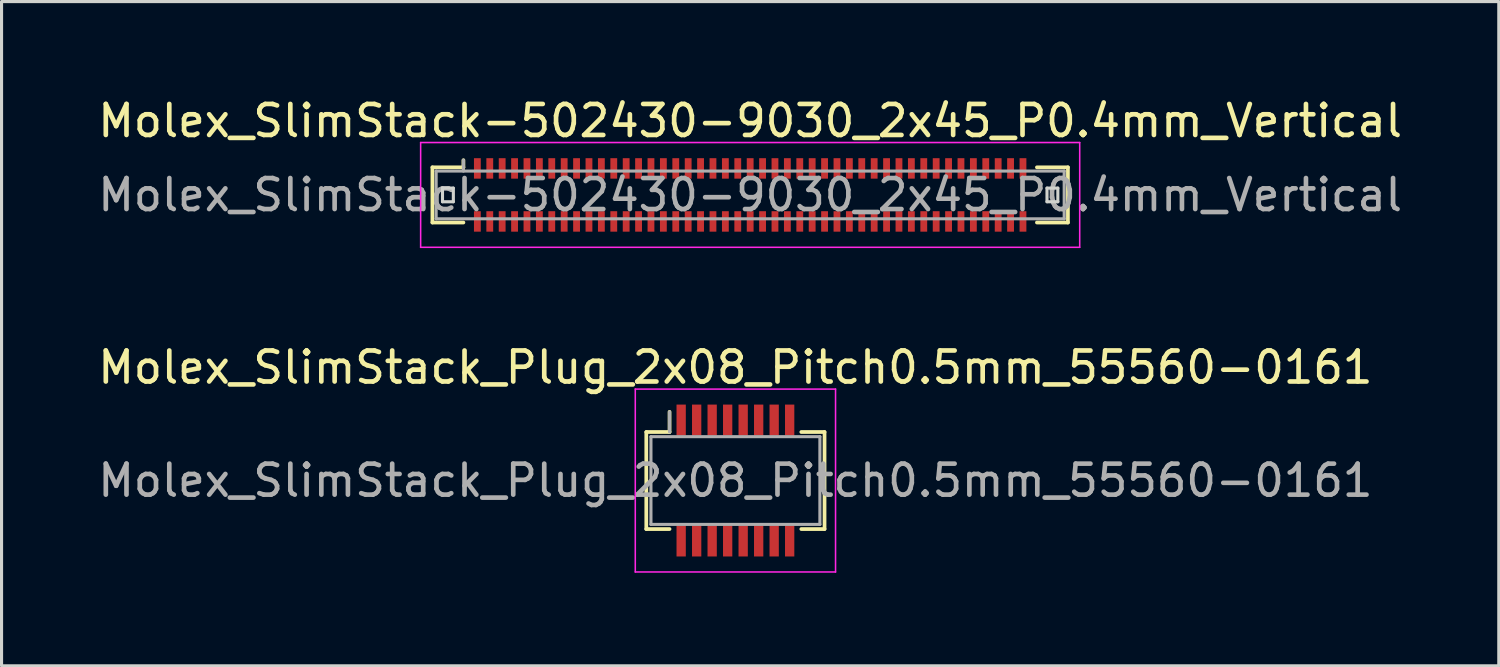
<source format=kicad_pcb>
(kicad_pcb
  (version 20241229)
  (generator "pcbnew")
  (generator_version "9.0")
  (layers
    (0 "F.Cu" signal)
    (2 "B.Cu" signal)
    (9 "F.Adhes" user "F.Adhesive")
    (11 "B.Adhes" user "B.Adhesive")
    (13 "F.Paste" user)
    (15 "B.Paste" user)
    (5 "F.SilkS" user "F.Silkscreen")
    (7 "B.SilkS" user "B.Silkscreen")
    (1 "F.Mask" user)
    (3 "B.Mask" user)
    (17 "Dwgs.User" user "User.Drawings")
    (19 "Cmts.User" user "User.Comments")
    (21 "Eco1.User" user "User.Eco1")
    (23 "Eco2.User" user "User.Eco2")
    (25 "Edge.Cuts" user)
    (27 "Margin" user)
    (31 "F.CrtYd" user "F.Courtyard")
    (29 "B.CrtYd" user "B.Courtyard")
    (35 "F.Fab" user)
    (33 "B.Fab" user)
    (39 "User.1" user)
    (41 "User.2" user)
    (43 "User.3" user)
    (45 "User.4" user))
  (footprint "Molex_SlimStack-502430-9030_2x45_P0.4mm_Vertical"
    (layer "F.Cu")
    (at 21.149 3.238)
    (property "Reference" "Molex_SlimStack-502430-9030_2x45_P0.4mm_Vertical" (at 0 -2.39 0) (layer "F.SilkS") (effects (font (size 1 1) (thickness 0.15))))
    (attr smd)
    (fp_line (start -10.25 -0.89) (end -9.25 -0.89) (stroke (width 0.12) (type solid)) (layer "F.SilkS"))
    (fp_line (start -10.25 0.89) (end -10.25 -0.89) (stroke (width 0.12) (type solid)) (layer "F.SilkS"))
    (fp_line (start -9.25 -0.89) (end -9.25 -1.12) (stroke (width 0.12) (type solid)) (layer "F.SilkS"))
    (fp_line (start -9.25 0.89) (end -10.25 0.89) (stroke (width 0.12) (type solid)) (layer "F.SilkS"))
    (fp_line (start 9.25 0.89) (end 10.25 0.89) (stroke (width 0.12) (type solid)) (layer "F.SilkS"))
    (fp_line (start 10.25 -0.89) (end 9.25 -0.89) (stroke (width 0.12) (type solid)) (layer "F.SilkS"))
    (fp_line (start 10.25 0.89) (end 10.25 -0.89) (stroke (width 0.12) (type solid)) (layer "F.SilkS"))
    (fp_line (start -9.925 -0.22) (end -9.925 0.22) (stroke (width 0.1) (type solid)) (layer "Edge.Cuts"))
    (fp_line (start -9.925 0.22) (end -9.575 0.22) (stroke (width 0.1) (type solid)) (layer "Edge.Cuts"))
    (fp_line (start -9.575 -0.22) (end -9.925 -0.22) (stroke (width 0.1) (type solid)) (layer "Edge.Cuts"))
    (fp_line (start -9.575 0.22) (end -9.575 -0.22) (stroke (width 0.1) (type solid)) (layer "Edge.Cuts"))
    (fp_line (start 9.575 -0.22) (end 9.575 0.22) (stroke (width 0.1) (type solid)) (layer "Edge.Cuts"))
    (fp_line (start 9.575 0.22) (end 9.925 0.22) (stroke (width 0.1) (type solid)) (layer "Edge.Cuts"))
    (fp_line (start 9.925 -0.22) (end 9.575 -0.22) (stroke (width 0.1) (type solid)) (layer "Edge.Cuts"))
    (fp_line (start 9.925 0.22) (end 9.925 -0.22) (stroke (width 0.1) (type solid)) (layer "Edge.Cuts"))
    (fp_line (start -10.63 -1.69) (end -10.63 1.69) (stroke (width 0.05) (type solid)) (layer "F.CrtYd"))
    (fp_line (start -10.63 1.69) (end 10.63 1.69) (stroke (width 0.05) (type solid)) (layer "F.CrtYd"))
    (fp_line (start 10.63 -1.69) (end -10.63 -1.69) (stroke (width 0.05) (type solid)) (layer "F.CrtYd"))
    (fp_line (start 10.63 1.69) (end 10.63 -1.69) (stroke (width 0.05) (type solid)) (layer "F.CrtYd"))
    (fp_line (start -10.13 -0.77) (end -10.13 0.77) (stroke (width 0.1) (type solid)) (layer "F.Fab"))
    (fp_line (start -10.13 0.77) (end 10.13 0.77) (stroke (width 0.1) (type solid)) (layer "F.Fab"))
    (fp_line (start -9.25 -0.77) (end -9.25 -1.12) (stroke (width 0.1) (type solid)) (layer "F.Fab"))
    (fp_line (start 10.13 -0.77) (end -10.13 -0.77) (stroke (width 0.1) (type solid)) (layer "F.Fab"))
    (fp_line (start 10.13 0.77) (end 10.13 -0.77) (stroke (width 0.1) (type solid)) (layer "F.Fab"))
    (fp_text user "${REFERENCE}" (at 0 0 0) (layer "F.Fab") (effects (font (size 1 1) (thickness 0.15))))
    (pad "1" smd rect (at -8.8 -0.855) (size 0.22 0.66) (layers "F.Cu" "F.Mask" "F.Paste"))
    (pad "2" smd rect (at -8.8 0.855) (size 0.22 0.66) (layers "F.Cu" "F.Mask" "F.Paste"))
    (pad "3" smd rect (at -8.4 -0.855) (size 0.22 0.66) (layers "F.Cu" "F.Mask" "F.Paste"))
    (pad "4" smd rect (at -8.4 0.855) (size 0.22 0.66) (layers "F.Cu" "F.Mask" "F.Paste"))
    (pad "5" smd rect (at -8 -0.855) (size 0.22 0.66) (layers "F.Cu" "F.Mask" "F.Paste"))
    (pad "6" smd rect (at -8 0.855) (size 0.22 0.66) (layers "F.Cu" "F.Mask" "F.Paste"))
    (pad "7" smd rect (at -7.6 -0.855) (size 0.22 0.66) (layers "F.Cu" "F.Mask" "F.Paste"))
    (pad "8" smd rect (at -7.6 0.855) (size 0.22 0.66) (layers "F.Cu" "F.Mask" "F.Paste"))
    (pad "9" smd rect (at -7.2 -0.855) (size 0.22 0.66) (layers "F.Cu" "F.Mask" "F.Paste"))
    (pad "10" smd rect (at -7.2 0.855) (size 0.22 0.66) (layers "F.Cu" "F.Mask" "F.Paste"))
    (pad "11" smd rect (at -6.8 -0.855) (size 0.22 0.66) (layers "F.Cu" "F.Mask" "F.Paste"))
    (pad "12" smd rect (at -6.8 0.855) (size 0.22 0.66) (layers "F.Cu" "F.Mask" "F.Paste"))
    (pad "13" smd rect (at -6.4 -0.855) (size 0.22 0.66) (layers "F.Cu" "F.Mask" "F.Paste"))
    (pad "14" smd rect (at -6.4 0.855) (size 0.22 0.66) (layers "F.Cu" "F.Mask" "F.Paste"))
    (pad "15" smd rect (at -6 -0.855) (size 0.22 0.66) (layers "F.Cu" "F.Mask" "F.Paste"))
    (pad "16" smd rect (at -6 0.855) (size 0.22 0.66) (layers "F.Cu" "F.Mask" "F.Paste"))
    (pad "17" smd rect (at -5.6 -0.855) (size 0.22 0.66) (layers "F.Cu" "F.Mask" "F.Paste"))
    (pad "18" smd rect (at -5.6 0.855) (size 0.22 0.66) (layers "F.Cu" "F.Mask" "F.Paste"))
    (pad "19" smd rect (at -5.2 -0.855) (size 0.22 0.66) (layers "F.Cu" "F.Mask" "F.Paste"))
    (pad "20" smd rect (at -5.2 0.855) (size 0.22 0.66) (layers "F.Cu" "F.Mask" "F.Paste"))
    (pad "21" smd rect (at -4.8 -0.855) (size 0.22 0.66) (layers "F.Cu" "F.Mask" "F.Paste"))
    (pad "22" smd rect (at -4.8 0.855) (size 0.22 0.66) (layers "F.Cu" "F.Mask" "F.Paste"))
    (pad "23" smd rect (at -4.4 -0.855) (size 0.22 0.66) (layers "F.Cu" "F.Mask" "F.Paste"))
    (pad "24" smd rect (at -4.4 0.855) (size 0.22 0.66) (layers "F.Cu" "F.Mask" "F.Paste"))
    (pad "25" smd rect (at -4 -0.855) (size 0.22 0.66) (layers "F.Cu" "F.Mask" "F.Paste"))
    (pad "26" smd rect (at -4 0.855) (size 0.22 0.66) (layers "F.Cu" "F.Mask" "F.Paste"))
    (pad "27" smd rect (at -3.6 -0.855) (size 0.22 0.66) (layers "F.Cu" "F.Mask" "F.Paste"))
    (pad "28" smd rect (at -3.6 0.855) (size 0.22 0.66) (layers "F.Cu" "F.Mask" "F.Paste"))
    (pad "29" smd rect (at -3.2 -0.855) (size 0.22 0.66) (layers "F.Cu" "F.Mask" "F.Paste"))
    (pad "30" smd rect (at -3.2 0.855) (size 0.22 0.66) (layers "F.Cu" "F.Mask" "F.Paste"))
    (pad "31" smd rect (at -2.8 -0.855) (size 0.22 0.66) (layers "F.Cu" "F.Mask" "F.Paste"))
    (pad "32" smd rect (at -2.8 0.855) (size 0.22 0.66) (layers "F.Cu" "F.Mask" "F.Paste"))
    (pad "33" smd rect (at -2.4 -0.855) (size 0.22 0.66) (layers "F.Cu" "F.Mask" "F.Paste"))
    (pad "34" smd rect (at -2.4 0.855) (size 0.22 0.66) (layers "F.Cu" "F.Mask" "F.Paste"))
    (pad "35" smd rect (at -2 -0.855) (size 0.22 0.66) (layers "F.Cu" "F.Mask" "F.Paste"))
    (pad "36" smd rect (at -2 0.855) (size 0.22 0.66) (layers "F.Cu" "F.Mask" "F.Paste"))
    (pad "37" smd rect (at -1.6 -0.855) (size 0.22 0.66) (layers "F.Cu" "F.Mask" "F.Paste"))
    (pad "38" smd rect (at -1.6 0.855) (size 0.22 0.66) (layers "F.Cu" "F.Mask" "F.Paste"))
    (pad "39" smd rect (at -1.2 -0.855) (size 0.22 0.66) (layers "F.Cu" "F.Mask" "F.Paste"))
    (pad "40" smd rect (at -1.2 0.855) (size 0.22 0.66) (layers "F.Cu" "F.Mask" "F.Paste"))
    (pad "41" smd rect (at -0.8 -0.855) (size 0.22 0.66) (layers "F.Cu" "F.Mask" "F.Paste"))
    (pad "42" smd rect (at -0.8 0.855) (size 0.22 0.66) (layers "F.Cu" "F.Mask" "F.Paste"))
    (pad "43" smd rect (at -0.4 -0.855) (size 0.22 0.66) (layers "F.Cu" "F.Mask" "F.Paste"))
    (pad "44" smd rect (at -0.4 0.855) (size 0.22 0.66) (layers "F.Cu" "F.Mask" "F.Paste"))
    (pad "45" smd rect (at 0 -0.855) (size 0.22 0.66) (layers "F.Cu" "F.Mask" "F.Paste"))
    (pad "46" smd rect (at 0 0.855) (size 0.22 0.66) (layers "F.Cu" "F.Mask" "F.Paste"))
    (pad "47" smd rect (at 0.4 -0.855) (size 0.22 0.66) (layers "F.Cu" "F.Mask" "F.Paste"))
    (pad "48" smd rect (at 0.4 0.855) (size 0.22 0.66) (layers "F.Cu" "F.Mask" "F.Paste"))
    (pad "49" smd rect (at 0.8 -0.855) (size 0.22 0.66) (layers "F.Cu" "F.Mask" "F.Paste"))
    (pad "50" smd rect (at 0.8 0.855) (size 0.22 0.66) (layers "F.Cu" "F.Mask" "F.Paste"))
    (pad "51" smd rect (at 1.2 -0.855) (size 0.22 0.66) (layers "F.Cu" "F.Mask" "F.Paste"))
    (pad "52" smd rect (at 1.2 0.855) (size 0.22 0.66) (layers "F.Cu" "F.Mask" "F.Paste"))
    (pad "53" smd rect (at 1.6 -0.855) (size 0.22 0.66) (layers "F.Cu" "F.Mask" "F.Paste"))
    (pad "54" smd rect (at 1.6 0.855) (size 0.22 0.66) (layers "F.Cu" "F.Mask" "F.Paste"))
    (pad "55" smd rect (at 2 -0.855) (size 0.22 0.66) (layers "F.Cu" "F.Mask" "F.Paste"))
    (pad "56" smd rect (at 2 0.855) (size 0.22 0.66) (layers "F.Cu" "F.Mask" "F.Paste"))
    (pad "57" smd rect (at 2.4 -0.855) (size 0.22 0.66) (layers "F.Cu" "F.Mask" "F.Paste"))
    (pad "58" smd rect (at 2.4 0.855) (size 0.22 0.66) (layers "F.Cu" "F.Mask" "F.Paste"))
    (pad "59" smd rect (at 2.8 -0.855) (size 0.22 0.66) (layers "F.Cu" "F.Mask" "F.Paste"))
    (pad "60" smd rect (at 2.8 0.855) (size 0.22 0.66) (layers "F.Cu" "F.Mask" "F.Paste"))
    (pad "61" smd rect (at 3.2 -0.855) (size 0.22 0.66) (layers "F.Cu" "F.Mask" "F.Paste"))
    (pad "62" smd rect (at 3.2 0.855) (size 0.22 0.66) (layers "F.Cu" "F.Mask" "F.Paste"))
    (pad "63" smd rect (at 3.6 -0.855) (size 0.22 0.66) (layers "F.Cu" "F.Mask" "F.Paste"))
    (pad "64" smd rect (at 3.6 0.855) (size 0.22 0.66) (layers "F.Cu" "F.Mask" "F.Paste"))
    (pad "65" smd rect (at 4 -0.855) (size 0.22 0.66) (layers "F.Cu" "F.Mask" "F.Paste"))
    (pad "66" smd rect (at 4 0.855) (size 0.22 0.66) (layers "F.Cu" "F.Mask" "F.Paste"))
    (pad "67" smd rect (at 4.4 -0.855) (size 0.22 0.66) (layers "F.Cu" "F.Mask" "F.Paste"))
    (pad "68" smd rect (at 4.4 0.855) (size 0.22 0.66) (layers "F.Cu" "F.Mask" "F.Paste"))
    (pad "69" smd rect (at 4.8 -0.855) (size 0.22 0.66) (layers "F.Cu" "F.Mask" "F.Paste"))
    (pad "70" smd rect (at 4.8 0.855) (size 0.22 0.66) (layers "F.Cu" "F.Mask" "F.Paste"))
    (pad "71" smd rect (at 5.2 -0.855) (size 0.22 0.66) (layers "F.Cu" "F.Mask" "F.Paste"))
    (pad "72" smd rect (at 5.2 0.855) (size 0.22 0.66) (layers "F.Cu" "F.Mask" "F.Paste"))
    (pad "73" smd rect (at 5.6 -0.855) (size 0.22 0.66) (layers "F.Cu" "F.Mask" "F.Paste"))
    (pad "74" smd rect (at 5.6 0.855) (size 0.22 0.66) (layers "F.Cu" "F.Mask" "F.Paste"))
    (pad "75" smd rect (at 6 -0.855) (size 0.22 0.66) (layers "F.Cu" "F.Mask" "F.Paste"))
    (pad "76" smd rect (at 6 0.855) (size 0.22 0.66) (layers "F.Cu" "F.Mask" "F.Paste"))
    (pad "77" smd rect (at 6.4 -0.855) (size 0.22 0.66) (layers "F.Cu" "F.Mask" "F.Paste"))
    (pad "78" smd rect (at 6.4 0.855) (size 0.22 0.66) (layers "F.Cu" "F.Mask" "F.Paste"))
    (pad "79" smd rect (at 6.8 -0.855) (size 0.22 0.66) (layers "F.Cu" "F.Mask" "F.Paste"))
    (pad "80" smd rect (at 6.8 0.855) (size 0.22 0.66) (layers "F.Cu" "F.Mask" "F.Paste"))
    (pad "81" smd rect (at 7.2 -0.855) (size 0.22 0.66) (layers "F.Cu" "F.Mask" "F.Paste"))
    (pad "82" smd rect (at 7.2 0.855) (size 0.22 0.66) (layers "F.Cu" "F.Mask" "F.Paste"))
    (pad "83" smd rect (at 7.6 -0.855) (size 0.22 0.66) (layers "F.Cu" "F.Mask" "F.Paste"))
    (pad "84" smd rect (at 7.6 0.855) (size 0.22 0.66) (layers "F.Cu" "F.Mask" "F.Paste"))
    (pad "85" smd rect (at 8 -0.855) (size 0.22 0.66) (layers "F.Cu" "F.Mask" "F.Paste"))
    (pad "86" smd rect (at 8 0.855) (size 0.22 0.66) (layers "F.Cu" "F.Mask" "F.Paste"))
    (pad "87" smd rect (at 8.4 -0.855) (size 0.22 0.66) (layers "F.Cu" "F.Mask" "F.Paste"))
    (pad "88" smd rect (at 8.4 0.855) (size 0.22 0.66) (layers "F.Cu" "F.Mask" "F.Paste"))
    (pad "89" smd rect (at 8.8 -0.855) (size 0.22 0.66) (layers "F.Cu" "F.Mask" "F.Paste"))
    (pad "90" smd rect (at 8.8 0.855) (size 0.22 0.66) (layers "F.Cu" "F.Mask" "F.Paste")))
  (footprint "Molex_SlimStack_Plug_2x08_Pitch0.5mm_55560-0161"
    (layer "F.Cu")
    (at 20.673 12.451)
    (property "Reference" "Molex_SlimStack_Plug_2x08_Pitch0.5mm_55560-0161" (at 0 -3.65 0) (layer "F.SilkS") (effects (font (size 1 1) (thickness 0.15))))
    (attr smd)
    (fp_line (start -2.875 -1.565) (end -2.125 -1.565) (stroke (width 0.12) (type solid)) (layer "F.SilkS"))
    (fp_line (start -2.875 1.565) (end -2.875 -1.565) (stroke (width 0.12) (type solid)) (layer "F.SilkS"))
    (fp_line (start -2.125 -1.565) (end -2.125 -2.215) (stroke (width 0.12) (type solid)) (layer "F.SilkS"))
    (fp_line (start -2.125 1.565) (end -2.875 1.565) (stroke (width 0.12) (type solid)) (layer "F.SilkS"))
    (fp_line (start 2.125 1.565) (end 2.875 1.565) (stroke (width 0.12) (type solid)) (layer "F.SilkS"))
    (fp_line (start 2.875 -1.565) (end 2.125 -1.565) (stroke (width 0.12) (type solid)) (layer "F.SilkS"))
    (fp_line (start 2.875 1.565) (end 2.875 -1.565) (stroke (width 0.12) (type solid)) (layer "F.SilkS"))
    (fp_line (start -3.23 -2.95) (end -3.23 2.95) (stroke (width 0.05) (type solid)) (layer "F.CrtYd"))
    (fp_line (start -3.23 2.95) (end 3.23 2.95) (stroke (width 0.05) (type solid)) (layer "F.CrtYd"))
    (fp_line (start 3.23 -2.95) (end -3.23 -2.95) (stroke (width 0.05) (type solid)) (layer "F.CrtYd"))
    (fp_line (start 3.23 2.95) (end 3.23 -2.95) (stroke (width 0.05) (type solid)) (layer "F.CrtYd"))
    (fp_line (start -2.725 -1.415) (end -2.725 1.415) (stroke (width 0.1) (type solid)) (layer "F.Fab"))
    (fp_line (start -2.725 1.415) (end 2.725 1.415) (stroke (width 0.1) (type solid)) (layer "F.Fab"))
    (fp_line (start -2.125 -1.565) (end -2.125 -2.215) (stroke (width 0.1) (type solid)) (layer "F.Fab"))
    (fp_line (start 2.725 -1.415) (end -2.725 -1.415) (stroke (width 0.1) (type solid)) (layer "F.Fab"))
    (fp_line (start 2.725 1.415) (end 2.725 -1.415) (stroke (width 0.1) (type solid)) (layer "F.Fab"))
    (fp_text user "${REFERENCE}" (at 0 0 0) (layer "F.Fab") (effects (font (size 1 1) (thickness 0.15))))
    (pad "1" smd rect (at -1.75 -1.95) (size 0.3 1) (layers "F.Cu" "F.Mask" "F.Paste"))
    (pad "2" smd rect (at -1.75 1.95) (size 0.3 1) (layers "F.Cu" "F.Mask" "F.Paste"))
    (pad "3" smd rect (at -1.25 -1.95) (size 0.3 1) (layers "F.Cu" "F.Mask" "F.Paste"))
    (pad "4" smd rect (at -1.25 1.95) (size 0.3 1) (layers "F.Cu" "F.Mask" "F.Paste"))
    (pad "5" smd rect (at -0.75 -1.95) (size 0.3 1) (layers "F.Cu" "F.Mask" "F.Paste"))
    (pad "6" smd rect (at -0.75 1.95) (size 0.3 1) (layers "F.Cu" "F.Mask" "F.Paste"))
    (pad "7" smd rect (at -0.25 -1.95) (size 0.3 1) (layers "F.Cu" "F.Mask" "F.Paste"))
    (pad "8" smd rect (at -0.25 1.95) (size 0.3 1) (layers "F.Cu" "F.Mask" "F.Paste"))
    (pad "9" smd rect (at 0.25 -1.95) (size 0.3 1) (layers "F.Cu" "F.Mask" "F.Paste"))
    (pad "10" smd rect (at 0.25 1.95) (size 0.3 1) (layers "F.Cu" "F.Mask" "F.Paste"))
    (pad "11" smd rect (at 0.75 -1.95) (size 0.3 1) (layers "F.Cu" "F.Mask" "F.Paste"))
    (pad "12" smd rect (at 0.75 1.95) (size 0.3 1) (layers "F.Cu" "F.Mask" "F.Paste"))
    (pad "13" smd rect (at 1.25 -1.95) (size 0.3 1) (layers "F.Cu" "F.Mask" "F.Paste"))
    (pad "14" smd rect (at 1.25 1.95) (size 0.3 1) (layers "F.Cu" "F.Mask" "F.Paste"))
    (pad "15" smd rect (at 1.75 -1.95) (size 0.3 1) (layers "F.Cu" "F.Mask" "F.Paste"))
    (pad "16" smd rect (at 1.75 1.95) (size 0.3 1) (layers "F.Cu" "F.Mask" "F.Paste")))
  (gr_rect
    (start -3 -3)
    (end 45.298 18.427)
    (stroke (width 0.1) (type default))
    (fill no)
    (layer "Edge.Cuts")))
</source>
